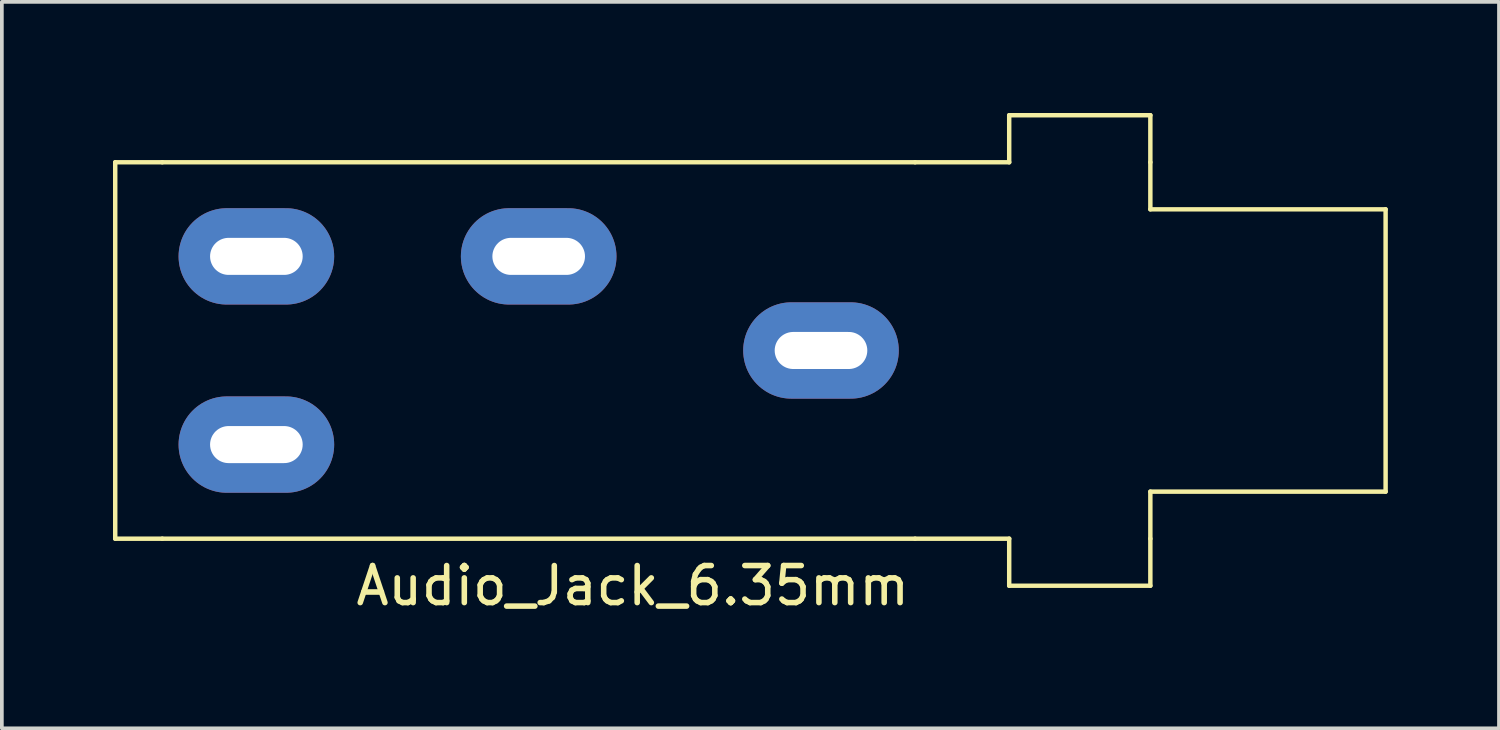
<source format=kicad_pcb>
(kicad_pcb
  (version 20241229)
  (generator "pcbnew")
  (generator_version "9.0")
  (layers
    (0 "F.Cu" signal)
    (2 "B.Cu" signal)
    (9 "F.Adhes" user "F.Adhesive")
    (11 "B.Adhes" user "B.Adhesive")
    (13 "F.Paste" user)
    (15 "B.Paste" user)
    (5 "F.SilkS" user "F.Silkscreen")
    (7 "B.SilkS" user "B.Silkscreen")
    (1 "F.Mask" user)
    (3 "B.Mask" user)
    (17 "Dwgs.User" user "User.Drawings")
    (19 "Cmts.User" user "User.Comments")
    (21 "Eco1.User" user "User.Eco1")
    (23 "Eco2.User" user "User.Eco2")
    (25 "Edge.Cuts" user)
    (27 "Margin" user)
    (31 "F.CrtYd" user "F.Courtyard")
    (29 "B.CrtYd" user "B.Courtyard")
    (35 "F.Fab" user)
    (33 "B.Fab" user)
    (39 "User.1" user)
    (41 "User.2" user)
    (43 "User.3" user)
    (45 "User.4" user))
  (footprint "Audio_Jack_6.35mm"
    (layer "F.Cu")
    (at 14.03 6.41)
    (property "Reference" "Audio_Jack_6.35mm" (at 0 6.35 0) (layer "F.SilkS") (effects (font (size 1 1) (thickness 0.15))))
    (attr through_hole)
    (fp_line (start -13.97 -5.08) (end -12.7 -5.08) (stroke (width 0.12) (type solid)) (layer "F.SilkS"))
    (fp_line (start -13.97 5.08) (end -13.97 -5.08) (stroke (width 0.12) (type solid)) (layer "F.SilkS"))
    (fp_line (start -12.7 -5.08) (end 7.62 -5.08) (stroke (width 0.12) (type solid)) (layer "F.SilkS"))
    (fp_line (start -12.7 5.08) (end -13.97 5.08) (stroke (width 0.12) (type solid)) (layer "F.SilkS"))
    (fp_line (start 7.62 -5.08) (end 10.16 -5.08) (stroke (width 0.12) (type solid)) (layer "F.SilkS"))
    (fp_line (start 7.62 5.08) (end -12.7 5.08) (stroke (width 0.12) (type solid)) (layer "F.SilkS"))
    (fp_line (start 10.16 -6.35) (end 13.97 -6.35) (stroke (width 0.12) (type solid)) (layer "F.SilkS"))
    (fp_line (start 10.16 -5.08) (end 10.16 -6.35) (stroke (width 0.12) (type solid)) (layer "F.SilkS"))
    (fp_line (start 10.16 5.08) (end 7.62 5.08) (stroke (width 0.12) (type solid)) (layer "F.SilkS"))
    (fp_line (start 10.16 6.35) (end 10.16 5.08) (stroke (width 0.12) (type solid)) (layer "F.SilkS"))
    (fp_line (start 13.97 -6.35) (end 13.97 -5.08) (stroke (width 0.12) (type solid)) (layer "F.SilkS"))
    (fp_line (start 13.97 -5.08) (end 13.97 -3.81) (stroke (width 0.12) (type solid)) (layer "F.SilkS"))
    (fp_line (start 13.97 -3.81) (end 20.32 -3.81) (stroke (width 0.12) (type solid)) (layer "F.SilkS"))
    (fp_line (start 13.97 3.81) (end 13.97 5.08) (stroke (width 0.12) (type solid)) (layer "F.SilkS"))
    (fp_line (start 13.97 5.08) (end 13.97 6.35) (stroke (width 0.12) (type solid)) (layer "F.SilkS"))
    (fp_line (start 13.97 6.35) (end 10.16 6.35) (stroke (width 0.12) (type solid)) (layer "F.SilkS"))
    (fp_line (start 20.32 -3.81) (end 20.32 3.81) (stroke (width 0.12) (type solid)) (layer "F.SilkS"))
    (fp_line (start 20.32 3.81) (end 13.97 3.81) (stroke (width 0.12) (type solid)) (layer "F.SilkS"))
    (pad "2" thru_hole oval (at -2.54 -2.54) (size 4.2 2.6) (drill oval 2.5 1) (layers "*.Cu" "*.Mask"))
    (pad "R" thru_hole oval (at -10.16 2.54) (size 4.2 2.6) (drill oval 2.5 1) (layers "*.Cu" "*.Mask"))
    (pad "S" thru_hole oval (at -10.16 -2.54) (size 4.2 2.6) (drill oval 2.5 1) (layers "*.Cu" "*.Mask"))
    (pad "T" thru_hole oval (at 5.08 0) (size 4.2 2.6) (drill oval 2.5 1) (layers "*.Cu" "*.Mask")))
  (gr_rect
    (start -3 -3)
    (end 37.41 16.608)
    (stroke (width 0.1) (type default))
    (fill no)
    (layer "Edge.Cuts")))
</source>
